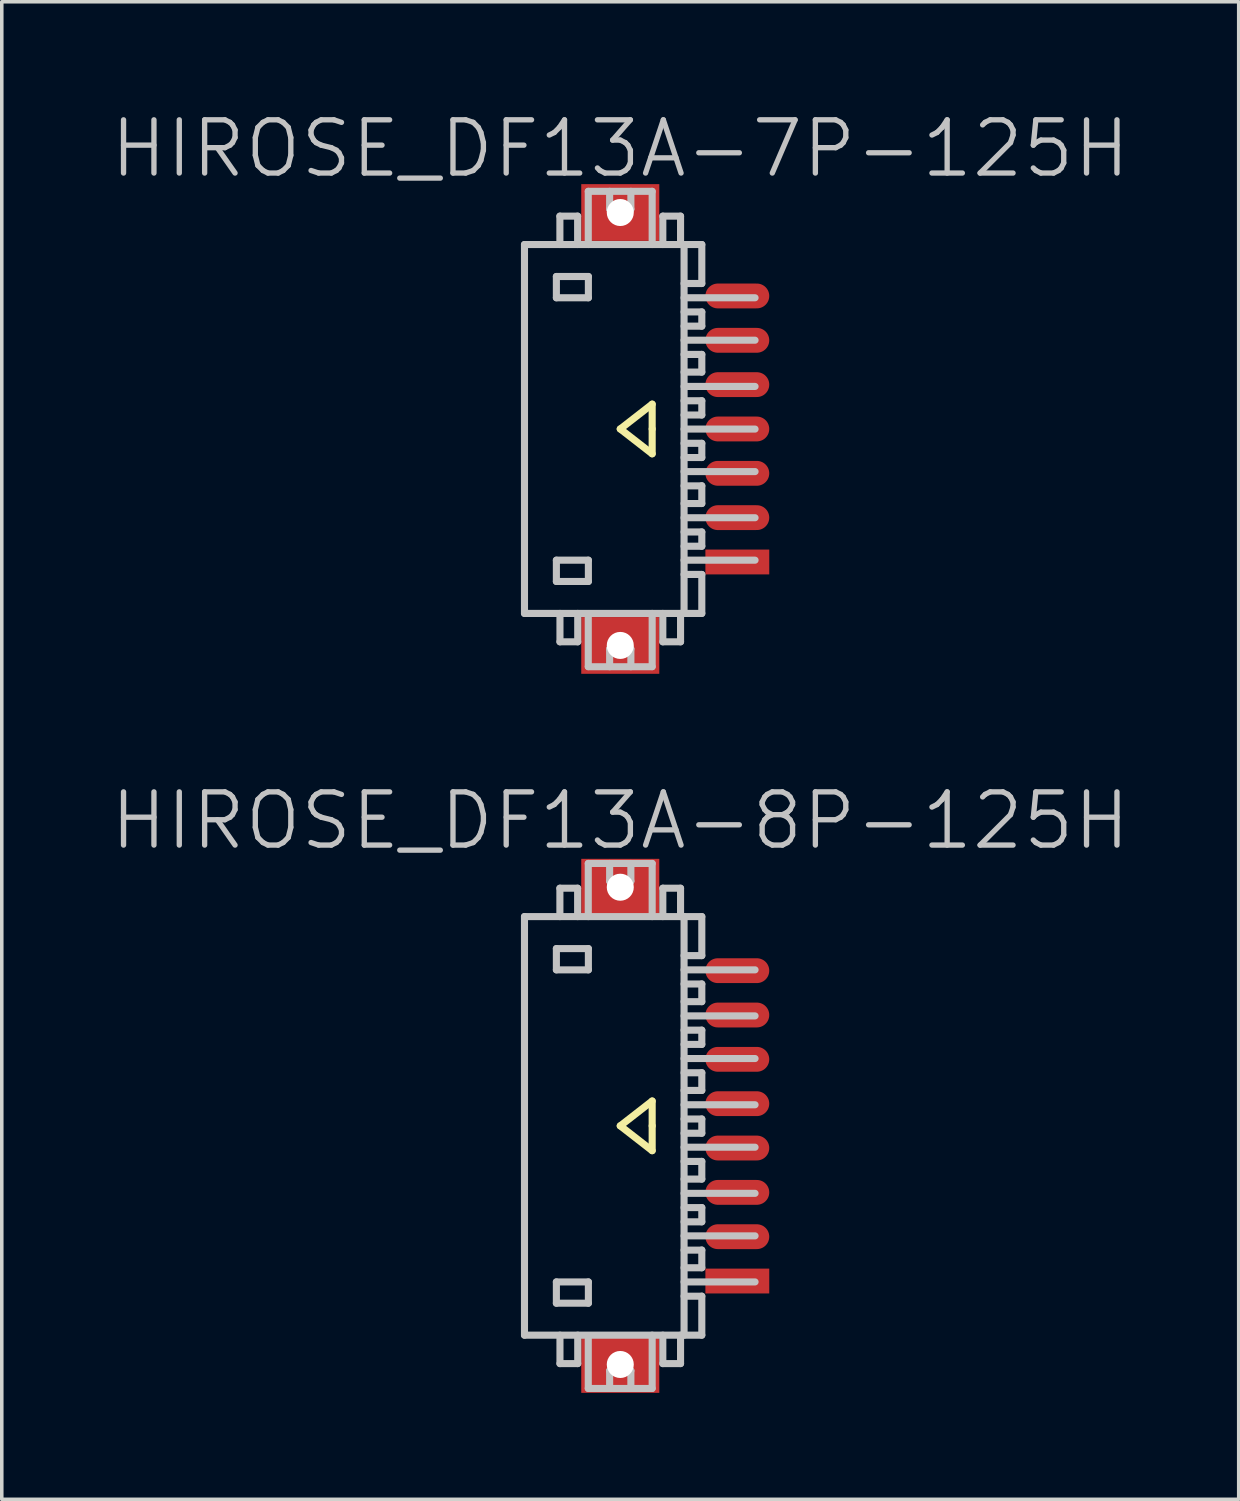
<source format=kicad_pcb>
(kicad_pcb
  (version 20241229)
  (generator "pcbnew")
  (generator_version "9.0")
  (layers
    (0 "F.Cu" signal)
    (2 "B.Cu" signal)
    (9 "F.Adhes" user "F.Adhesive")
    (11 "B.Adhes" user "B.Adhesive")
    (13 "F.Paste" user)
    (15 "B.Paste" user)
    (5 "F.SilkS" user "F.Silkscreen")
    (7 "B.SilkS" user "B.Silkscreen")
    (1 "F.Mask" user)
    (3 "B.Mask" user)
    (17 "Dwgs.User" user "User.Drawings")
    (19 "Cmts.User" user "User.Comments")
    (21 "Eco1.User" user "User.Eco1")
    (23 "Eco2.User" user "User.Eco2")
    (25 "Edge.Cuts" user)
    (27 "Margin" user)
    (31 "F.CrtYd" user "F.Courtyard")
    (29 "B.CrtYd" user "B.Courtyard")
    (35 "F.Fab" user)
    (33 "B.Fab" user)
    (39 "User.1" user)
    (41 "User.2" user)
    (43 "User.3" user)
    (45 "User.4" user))
  (footprint "HIROSE_DF13A-7P-125H"
    (layer "F.Cu")
    (at 14.432 9.041)
    (property "Reference" "HIROSE_DF13A-7P-125H" (at 0 -7.9 180) (layer "Dwgs.User") (effects (font (size 1.5 1.5) (thickness 0.15))))
    (attr smd)
    (fp_line (start 0 0) (end 0.9 0.7) (stroke (width 0.2) (type solid)) (layer "F.SilkS"))
    (fp_line (start 0.9 -0.7) (end 0 0) (stroke (width 0.2) (type solid)) (layer "F.SilkS"))
    (fp_line (start 0.9 0) (end 0.9 -0.7) (stroke (width 0.2) (type solid)) (layer "F.SilkS"))
    (fp_line (start 0.9 0.7) (end 0.9 0) (stroke (width 0.2) (type solid)) (layer "F.SilkS"))
    (fp_line (start -2.699 -5.199) (end -2.699 5.199) (stroke (width 0.2) (type solid)) (layer "Dwgs.User"))
    (fp_line (start -2.699 -5.199) (end 2.299 -5.199) (stroke (width 0.2) (type solid)) (layer "Dwgs.User"))
    (fp_line (start -1.8 -4.298) (end -1.8 -3.698) (stroke (width 0.2) (type solid)) (layer "Dwgs.User"))
    (fp_line (start -1.8 -3.698) (end -0.898 -3.698) (stroke (width 0.2) (type solid)) (layer "Dwgs.User"))
    (fp_line (start -1.8 3.698) (end -0.898 3.698) (stroke (width 0.2) (type solid)) (layer "Dwgs.User"))
    (fp_line (start -1.8 4.298) (end -1.8 3.698) (stroke (width 0.2) (type solid)) (layer "Dwgs.User"))
    (fp_line (start -1.701 -5.999) (end -1.701 -5.199) (stroke (width 0.2) (type solid)) (layer "Dwgs.User"))
    (fp_line (start -1.699 5.999) (end -1.699 5.199) (stroke (width 0.2) (type solid)) (layer "Dwgs.User"))
    (fp_line (start -1.201 -5.999) (end -1.701 -5.999) (stroke (width 0.2) (type solid)) (layer "Dwgs.User"))
    (fp_line (start -1.201 -5.199) (end -1.201 -5.999) (stroke (width 0.2) (type solid)) (layer "Dwgs.User"))
    (fp_line (start -1.198 5.199) (end -1.198 5.999) (stroke (width 0.2) (type solid)) (layer "Dwgs.User"))
    (fp_line (start -1.198 5.999) (end -1.699 5.999) (stroke (width 0.2) (type solid)) (layer "Dwgs.User"))
    (fp_line (start -0.901 -6.698) (end -0.901 -5.199) (stroke (width 0.2) (type solid)) (layer "Dwgs.User"))
    (fp_line (start -0.901 6.698) (end -0.901 5.298) (stroke (width 0.2) (type solid)) (layer "Dwgs.User"))
    (fp_line (start -0.898 -4.298) (end -1.8 -4.298) (stroke (width 0.2) (type solid)) (layer "Dwgs.User"))
    (fp_line (start -0.898 -3.698) (end -0.898 -4.298) (stroke (width 0.2) (type solid)) (layer "Dwgs.User"))
    (fp_line (start -0.898 3.698) (end -0.898 4.298) (stroke (width 0.2) (type solid)) (layer "Dwgs.User"))
    (fp_line (start -0.898 4.298) (end -1.8 4.298) (stroke (width 0.2) (type solid)) (layer "Dwgs.User"))
    (fp_line (start -0.299 -6.198) (end -0.299 -6.698) (stroke (width 0.2) (type solid)) (layer "Dwgs.User"))
    (fp_line (start -0.299 -6.198) (end 0.3 -6.198) (stroke (width 0.2) (type solid)) (layer "Dwgs.User"))
    (fp_line (start -0.299 6.2) (end 0.3 6.2) (stroke (width 0.2) (type solid)) (layer "Dwgs.User"))
    (fp_line (start -0.299 6.701) (end -0.299 6.2) (stroke (width 0.2) (type solid)) (layer "Dwgs.User"))
    (fp_line (start 0.3 -6.198) (end 0.3 -6.698) (stroke (width 0.2) (type solid)) (layer "Dwgs.User"))
    (fp_line (start 0.3 6.701) (end 0.3 6.2) (stroke (width 0.2) (type solid)) (layer "Dwgs.User"))
    (fp_line (start 0.9 -6.698) (end -0.901 -6.698) (stroke (width 0.2) (type solid)) (layer "Dwgs.User"))
    (fp_line (start 0.9 -5.199) (end 0.9 -6.698) (stroke (width 0.2) (type solid)) (layer "Dwgs.User"))
    (fp_line (start 0.9 6.698) (end 0.9 5.199) (stroke (width 0.2) (type solid)) (layer "Dwgs.User"))
    (fp_line (start 0.9 6.701) (end -0.901 6.701) (stroke (width 0.2) (type solid)) (layer "Dwgs.User"))
    (fp_line (start 1.2 -5.199) (end 1.2 -5.999) (stroke (width 0.2) (type solid)) (layer "Dwgs.User"))
    (fp_line (start 1.2 5.999) (end 1.2 5.199) (stroke (width 0.2) (type solid)) (layer "Dwgs.User"))
    (fp_line (start 1.7 -5.999) (end 1.2 -5.999) (stroke (width 0.2) (type solid)) (layer "Dwgs.User"))
    (fp_line (start 1.7 -5.999) (end 1.7 -5.199) (stroke (width 0.2) (type solid)) (layer "Dwgs.User"))
    (fp_line (start 1.7 5.199) (end 1.7 5.999) (stroke (width 0.2) (type solid)) (layer "Dwgs.User"))
    (fp_line (start 1.7 5.999) (end 1.2 5.999) (stroke (width 0.2) (type solid)) (layer "Dwgs.User"))
    (fp_line (start 1.799 -5.199) (end 1.799 5.199) (stroke (width 0.2) (type solid)) (layer "Dwgs.User"))
    (fp_line (start 1.799 -2.502) (end 3.8 -2.502) (stroke (width 0.2) (type solid)) (layer "Dwgs.User"))
    (fp_line (start 1.799 -2.101) (end 2.299 -2.101) (stroke (width 0.2) (type solid)) (layer "Dwgs.User"))
    (fp_line (start 1.799 -1.199) (end 3.8 -1.199) (stroke (width 0.2) (type solid)) (layer "Dwgs.User"))
    (fp_line (start 1.799 0.003) (end 3.8 0.003) (stroke (width 0.2) (type solid)) (layer "Dwgs.User"))
    (fp_line (start 1.799 1.201) (end 3.8 1.201) (stroke (width 0.2) (type solid)) (layer "Dwgs.User"))
    (fp_line (start 1.799 1.603) (end 2.299 1.603) (stroke (width 0.2) (type solid)) (layer "Dwgs.User"))
    (fp_line (start 1.799 2.502) (end 3.8 2.502) (stroke (width 0.2) (type solid)) (layer "Dwgs.User"))
    (fp_line (start 1.799 3.698) (end 3.8 3.698) (stroke (width 0.2) (type solid)) (layer "Dwgs.User"))
    (fp_line (start 2.299 -4.1) (end 1.799 -4.1) (stroke (width 0.2) (type solid)) (layer "Dwgs.User"))
    (fp_line (start 2.299 -4.1) (end 2.299 -5.199) (stroke (width 0.2) (type solid)) (layer "Dwgs.User"))
    (fp_line (start 2.299 -3.299) (end 1.799 -3.299) (stroke (width 0.2) (type solid)) (layer "Dwgs.User"))
    (fp_line (start 2.299 -2.898) (end 1.799 -2.898) (stroke (width 0.2) (type solid)) (layer "Dwgs.User"))
    (fp_line (start 2.299 -2.898) (end 2.299 -3.299) (stroke (width 0.2) (type solid)) (layer "Dwgs.User"))
    (fp_line (start 2.299 -2.103) (end 2.299 -1.603) (stroke (width 0.2) (type solid)) (layer "Dwgs.User"))
    (fp_line (start 2.299 -1.603) (end 1.799 -1.603) (stroke (width 0.2) (type solid)) (layer "Dwgs.User"))
    (fp_line (start 2.299 -0.795) (end 1.799 -0.795) (stroke (width 0.2) (type solid)) (layer "Dwgs.User"))
    (fp_line (start 2.299 -0.394) (end 1.799 -0.394) (stroke (width 0.2) (type solid)) (layer "Dwgs.User"))
    (fp_line (start 2.299 -0.394) (end 2.299 -0.795) (stroke (width 0.2) (type solid)) (layer "Dwgs.User"))
    (fp_line (start 2.299 0.404) (end 1.799 0.404) (stroke (width 0.2) (type solid)) (layer "Dwgs.User"))
    (fp_line (start 2.299 0.805) (end 1.799 0.805) (stroke (width 0.2) (type solid)) (layer "Dwgs.User"))
    (fp_line (start 2.299 0.805) (end 2.299 0.404) (stroke (width 0.2) (type solid)) (layer "Dwgs.User"))
    (fp_line (start 2.299 1.6) (end 2.299 2.101) (stroke (width 0.2) (type solid)) (layer "Dwgs.User"))
    (fp_line (start 2.299 2.101) (end 1.799 2.101) (stroke (width 0.2) (type solid)) (layer "Dwgs.User"))
    (fp_line (start 2.299 2.903) (end 1.799 2.903) (stroke (width 0.2) (type solid)) (layer "Dwgs.User"))
    (fp_line (start 2.299 3.305) (end 1.799 3.305) (stroke (width 0.2) (type solid)) (layer "Dwgs.User"))
    (fp_line (start 2.299 3.305) (end 2.299 2.903) (stroke (width 0.2) (type solid)) (layer "Dwgs.User"))
    (fp_line (start 2.299 4.1) (end 1.799 4.1) (stroke (width 0.2) (type solid)) (layer "Dwgs.User"))
    (fp_line (start 2.299 5.199) (end -2.699 5.199) (stroke (width 0.2) (type solid)) (layer "Dwgs.User"))
    (fp_line (start 2.299 5.199) (end 2.299 4.1) (stroke (width 0.2) (type solid)) (layer "Dwgs.User"))
    (fp_line (start 3.8 -3.698) (end 1.799 -3.698) (stroke (width 0.2) (type solid)) (layer "Dwgs.User"))
    (pad "" np_thru_hole rect (at 0.001 -6.101 270) (size 1.6 2.2) (drill 0.762) (layers "F.Cu" "F.Mask" "F.Paste"))
    (pad "" np_thru_hole rect (at 0.001 6.101 270) (size 1.6 2.2) (drill 0.762) (layers "F.Cu" "F.Mask" "F.Paste"))
    (pad "1" smd rect (at 3.3 3.749 270) (size 0.7 1.8) (layers "F.Cu" "F.Mask" "F.Paste"))
    (pad "2" smd oval (at 3.3 2.499 270) (size 0.7 1.8) (layers "F.Cu" "F.Mask" "F.Paste"))
    (pad "3" smd oval (at 3.3 1.25 270) (size 0.7 1.8) (layers "F.Cu" "F.Mask" "F.Paste"))
    (pad "4" smd oval (at 3.3 0 270) (size 0.7 1.8) (layers "F.Cu" "F.Mask" "F.Paste"))
    (pad "5" smd oval (at 3.3 -1.25 270) (size 0.7 1.8) (layers "F.Cu" "F.Mask" "F.Paste"))
    (pad "6" smd oval (at 3.3 -2.499 270) (size 0.7 1.8) (layers "F.Cu" "F.Mask" "F.Paste"))
    (pad "7" smd oval (at 3.3 -3.749 270) (size 0.7 1.8) (layers "F.Cu" "F.Mask" "F.Paste")))
  (footprint "HIROSE_DF13A-8P-125H"
    (layer "F.Cu")
    (at 14.432 28.683)
    (property "Reference" "HIROSE_DF13A-8P-125H" (at 0 -8.6 180) (layer "Dwgs.User") (effects (font (size 1.5 1.5) (thickness 0.15))))
    (attr smd)
    (fp_line (start 0 0) (end 0.9 0.7) (stroke (width 0.2) (type solid)) (layer "F.SilkS"))
    (fp_line (start 0.9 -0.7) (end 0 0) (stroke (width 0.2) (type solid)) (layer "F.SilkS"))
    (fp_line (start 0.9 0) (end 0.9 -0.7) (stroke (width 0.2) (type solid)) (layer "F.SilkS"))
    (fp_line (start 0.9 0.7) (end 0.9 0) (stroke (width 0.2) (type solid)) (layer "F.SilkS"))
    (fp_line (start -2.699 -5.9) (end -2.699 5.9) (stroke (width 0.2) (type solid)) (layer "Dwgs.User"))
    (fp_line (start -2.699 -5.898) (end 2.299 -5.898) (stroke (width 0.2) (type solid)) (layer "Dwgs.User"))
    (fp_line (start -1.8 -4.996) (end -1.8 -4.397) (stroke (width 0.2) (type solid)) (layer "Dwgs.User"))
    (fp_line (start -1.8 -4.397) (end -0.898 -4.397) (stroke (width 0.2) (type solid)) (layer "Dwgs.User"))
    (fp_line (start -1.8 4.399) (end -0.898 4.399) (stroke (width 0.2) (type solid)) (layer "Dwgs.User"))
    (fp_line (start -1.8 4.999) (end -1.8 4.399) (stroke (width 0.2) (type solid)) (layer "Dwgs.User"))
    (fp_line (start -1.701 -6.698) (end -1.701 -5.898) (stroke (width 0.2) (type solid)) (layer "Dwgs.User"))
    (fp_line (start -1.699 6.701) (end -1.699 5.9) (stroke (width 0.2) (type solid)) (layer "Dwgs.User"))
    (fp_line (start -1.201 -6.698) (end -1.701 -6.698) (stroke (width 0.2) (type solid)) (layer "Dwgs.User"))
    (fp_line (start -1.201 -5.898) (end -1.201 -6.698) (stroke (width 0.2) (type solid)) (layer "Dwgs.User"))
    (fp_line (start -1.198 5.9) (end -1.198 6.701) (stroke (width 0.2) (type solid)) (layer "Dwgs.User"))
    (fp_line (start -1.198 6.701) (end -1.699 6.701) (stroke (width 0.2) (type solid)) (layer "Dwgs.User"))
    (fp_line (start -0.901 -7.396) (end -0.901 -5.898) (stroke (width 0.2) (type solid)) (layer "Dwgs.User"))
    (fp_line (start -0.901 7.399) (end -0.901 5.999) (stroke (width 0.2) (type solid)) (layer "Dwgs.User"))
    (fp_line (start -0.898 -4.996) (end -1.8 -4.996) (stroke (width 0.2) (type solid)) (layer "Dwgs.User"))
    (fp_line (start -0.898 -4.397) (end -0.898 -4.996) (stroke (width 0.2) (type solid)) (layer "Dwgs.User"))
    (fp_line (start -0.898 4.399) (end -0.898 4.999) (stroke (width 0.2) (type solid)) (layer "Dwgs.User"))
    (fp_line (start -0.898 4.999) (end -1.8 4.999) (stroke (width 0.2) (type solid)) (layer "Dwgs.User"))
    (fp_line (start -0.299 -6.896) (end -0.299 -7.396) (stroke (width 0.2) (type solid)) (layer "Dwgs.User"))
    (fp_line (start -0.299 -6.896) (end 0.3 -6.896) (stroke (width 0.2) (type solid)) (layer "Dwgs.User"))
    (fp_line (start -0.299 6.901) (end 0.3 6.901) (stroke (width 0.2) (type solid)) (layer "Dwgs.User"))
    (fp_line (start -0.299 7.402) (end -0.299 6.901) (stroke (width 0.2) (type solid)) (layer "Dwgs.User"))
    (fp_line (start 0.3 -6.896) (end 0.3 -7.396) (stroke (width 0.2) (type solid)) (layer "Dwgs.User"))
    (fp_line (start 0.3 7.402) (end 0.3 6.901) (stroke (width 0.2) (type solid)) (layer "Dwgs.User"))
    (fp_line (start 0.9 -7.396) (end -0.901 -7.396) (stroke (width 0.2) (type solid)) (layer "Dwgs.User"))
    (fp_line (start 0.9 -5.898) (end 0.9 -7.396) (stroke (width 0.2) (type solid)) (layer "Dwgs.User"))
    (fp_line (start 0.9 7.399) (end 0.9 5.9) (stroke (width 0.2) (type solid)) (layer "Dwgs.User"))
    (fp_line (start 0.9 7.402) (end -0.901 7.402) (stroke (width 0.2) (type solid)) (layer "Dwgs.User"))
    (fp_line (start 1.2 -5.898) (end 1.2 -6.698) (stroke (width 0.2) (type solid)) (layer "Dwgs.User"))
    (fp_line (start 1.2 6.701) (end 1.2 5.9) (stroke (width 0.2) (type solid)) (layer "Dwgs.User"))
    (fp_line (start 1.7 -6.698) (end 1.2 -6.698) (stroke (width 0.2) (type solid)) (layer "Dwgs.User"))
    (fp_line (start 1.7 -6.698) (end 1.7 -5.898) (stroke (width 0.2) (type solid)) (layer "Dwgs.User"))
    (fp_line (start 1.7 5.9) (end 1.7 6.701) (stroke (width 0.2) (type solid)) (layer "Dwgs.User"))
    (fp_line (start 1.7 6.701) (end 1.2 6.701) (stroke (width 0.2) (type solid)) (layer "Dwgs.User"))
    (fp_line (start 1.799 -5.9) (end 1.799 5.9) (stroke (width 0.2) (type solid)) (layer "Dwgs.User"))
    (fp_line (start 1.799 -3.998) (end 2.299 -3.998) (stroke (width 0.2) (type solid)) (layer "Dwgs.User"))
    (fp_line (start 1.799 -3.099) (end 3.8 -3.099) (stroke (width 0.2) (type solid)) (layer "Dwgs.User"))
    (fp_line (start 1.799 -1.897) (end 3.8 -1.897) (stroke (width 0.2) (type solid)) (layer "Dwgs.User"))
    (fp_line (start 1.799 -1.496) (end 2.299 -1.496) (stroke (width 0.2) (type solid)) (layer "Dwgs.User"))
    (fp_line (start 1.799 -0.594) (end 3.8 -0.594) (stroke (width 0.2) (type solid)) (layer "Dwgs.User"))
    (fp_line (start 1.799 0.602) (end 3.8 0.602) (stroke (width 0.2) (type solid)) (layer "Dwgs.User"))
    (fp_line (start 1.799 1.003) (end 2.299 1.003) (stroke (width 0.2) (type solid)) (layer "Dwgs.User"))
    (fp_line (start 1.799 1.902) (end 3.8 1.902) (stroke (width 0.2) (type solid)) (layer "Dwgs.User"))
    (fp_line (start 1.799 3.101) (end 3.8 3.101) (stroke (width 0.2) (type solid)) (layer "Dwgs.User"))
    (fp_line (start 1.799 3.503) (end 2.299 3.503) (stroke (width 0.2) (type solid)) (layer "Dwgs.User"))
    (fp_line (start 1.799 4.399) (end 3.8 4.399) (stroke (width 0.2) (type solid)) (layer "Dwgs.User"))
    (fp_line (start 2.299 -4.798) (end 1.799 -4.798) (stroke (width 0.2) (type solid)) (layer "Dwgs.User"))
    (fp_line (start 2.299 -4.798) (end 2.299 -5.898) (stroke (width 0.2) (type solid)) (layer "Dwgs.User"))
    (fp_line (start 2.299 -4) (end 2.299 -3.5) (stroke (width 0.2) (type solid)) (layer "Dwgs.User"))
    (fp_line (start 2.299 -3.5) (end 1.799 -3.5) (stroke (width 0.2) (type solid)) (layer "Dwgs.User"))
    (fp_line (start 2.299 -2.697) (end 1.799 -2.697) (stroke (width 0.2) (type solid)) (layer "Dwgs.User"))
    (fp_line (start 2.299 -2.296) (end 1.799 -2.296) (stroke (width 0.2) (type solid)) (layer "Dwgs.User"))
    (fp_line (start 2.299 -2.296) (end 2.299 -2.697) (stroke (width 0.2) (type solid)) (layer "Dwgs.User"))
    (fp_line (start 2.299 -1.499) (end 2.299 -0.998) (stroke (width 0.2) (type solid)) (layer "Dwgs.User"))
    (fp_line (start 2.299 -0.998) (end 1.799 -0.998) (stroke (width 0.2) (type solid)) (layer "Dwgs.User"))
    (fp_line (start 2.299 -0.193) (end 1.799 -0.193) (stroke (width 0.2) (type solid)) (layer "Dwgs.User"))
    (fp_line (start 2.299 0.208) (end 1.799 0.208) (stroke (width 0.2) (type solid)) (layer "Dwgs.User"))
    (fp_line (start 2.299 0.208) (end 2.299 -0.193) (stroke (width 0.2) (type solid)) (layer "Dwgs.User"))
    (fp_line (start 2.299 1.001) (end 2.299 1.501) (stroke (width 0.2) (type solid)) (layer "Dwgs.User"))
    (fp_line (start 2.299 1.501) (end 1.799 1.501) (stroke (width 0.2) (type solid)) (layer "Dwgs.User"))
    (fp_line (start 2.299 2.304) (end 1.799 2.304) (stroke (width 0.2) (type solid)) (layer "Dwgs.User"))
    (fp_line (start 2.299 2.705) (end 1.799 2.705) (stroke (width 0.2) (type solid)) (layer "Dwgs.User"))
    (fp_line (start 2.299 2.705) (end 2.299 2.304) (stroke (width 0.2) (type solid)) (layer "Dwgs.User"))
    (fp_line (start 2.299 3.5) (end 2.299 4) (stroke (width 0.2) (type solid)) (layer "Dwgs.User"))
    (fp_line (start 2.299 4) (end 1.799 4) (stroke (width 0.2) (type solid)) (layer "Dwgs.User"))
    (fp_line (start 2.299 4.801) (end 1.799 4.801) (stroke (width 0.2) (type solid)) (layer "Dwgs.User"))
    (fp_line (start 2.299 5.9) (end -2.699 5.9) (stroke (width 0.2) (type solid)) (layer "Dwgs.User"))
    (fp_line (start 2.299 5.9) (end 2.299 4.801) (stroke (width 0.2) (type solid)) (layer "Dwgs.User"))
    (fp_line (start 3.8 -4.397) (end 1.799 -4.397) (stroke (width 0.2) (type solid)) (layer "Dwgs.User"))
    (pad "" np_thru_hole rect (at 0.001 -6.726 270) (size 1.6 2.2) (drill 0.762) (layers "F.Cu" "F.Mask" "F.Paste"))
    (pad "" np_thru_hole rect (at 0.001 6.726 270) (size 1.6 2.2) (drill 0.762) (layers "F.Cu" "F.Mask" "F.Paste"))
    (pad "1" smd rect (at 3.3 4.374 270) (size 0.7 1.8) (layers "F.Cu" "F.Mask" "F.Paste"))
    (pad "2" smd oval (at 3.3 3.124 270) (size 0.7 1.8) (layers "F.Cu" "F.Mask" "F.Paste"))
    (pad "3" smd oval (at 3.3 1.875 270) (size 0.7 1.8) (layers "F.Cu" "F.Mask" "F.Paste"))
    (pad "4" smd oval (at 3.3 0.625 270) (size 0.7 1.8) (layers "F.Cu" "F.Mask" "F.Paste"))
    (pad "5" smd oval (at 3.3 -0.625 270) (size 0.7 1.8) (layers "F.Cu" "F.Mask" "F.Paste"))
    (pad "6" smd oval (at 3.3 -1.875 270) (size 0.7 1.8) (layers "F.Cu" "F.Mask" "F.Paste"))
    (pad "7" smd oval (at 3.3 -3.124 270) (size 0.7 1.8) (layers "F.Cu" "F.Mask" "F.Paste"))
    (pad "8" smd oval (at 3.3 -4.374 270) (size 0.7 1.8) (layers "F.Cu" "F.Mask" "F.Paste")))
  (gr_rect
    (start -3 -3)
    (end 31.864 39.209)
    (stroke (width 0.1) (type default))
    (fill no)
    (layer "Edge.Cuts")))
</source>
